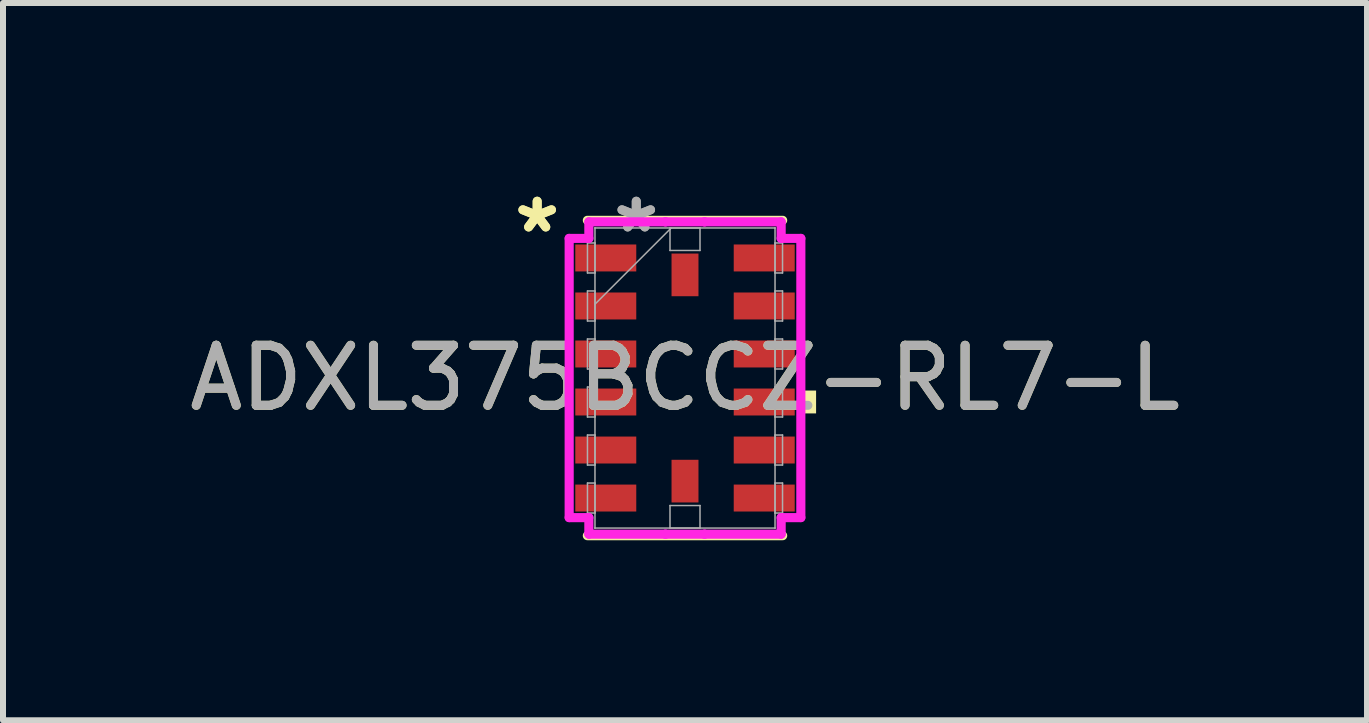
<source format=kicad_pcb>
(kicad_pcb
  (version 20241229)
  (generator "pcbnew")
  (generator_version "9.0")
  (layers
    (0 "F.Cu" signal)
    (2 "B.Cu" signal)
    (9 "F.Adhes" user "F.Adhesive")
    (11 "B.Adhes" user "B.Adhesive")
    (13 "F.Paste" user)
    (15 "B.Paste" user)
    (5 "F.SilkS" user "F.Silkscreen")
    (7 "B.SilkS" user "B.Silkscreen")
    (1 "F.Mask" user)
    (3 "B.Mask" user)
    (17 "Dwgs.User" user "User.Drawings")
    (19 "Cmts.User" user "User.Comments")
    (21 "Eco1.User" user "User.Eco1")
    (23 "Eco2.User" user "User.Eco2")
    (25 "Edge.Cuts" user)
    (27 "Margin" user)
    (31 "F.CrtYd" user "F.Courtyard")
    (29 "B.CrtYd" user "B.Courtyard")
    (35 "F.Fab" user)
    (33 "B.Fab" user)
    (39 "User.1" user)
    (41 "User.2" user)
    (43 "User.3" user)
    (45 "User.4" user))
  (footprint "ADXL375BCCZ-RL7-L"
    (layer "F.Cu")
    (at 8.363 3.248)
    (property "Reference" "ADXL375BCCZ-RL7-L" (at 0 0 0) (unlocked yes) (layer "F.SilkS") (effects (font (size 1 1) (thickness 0.15))))
    (attr smd)
    (fp_line (start -1.627 2.627) (end 1.627 2.627) (stroke (width 0.152) (type solid)) (layer "F.SilkS"))
    (fp_line (start 1.627 -2.627) (end -1.627 -2.627) (stroke (width 0.152) (type solid)) (layer "F.SilkS"))
    (fp_poly (pts (xy 2.184 0.209) (xy 2.184 0.59) (xy 1.93 0.59) (xy 1.93 0.209)) (stroke (width 0) (type solid)) (fill yes) (layer "F.SilkS"))
    (fp_line (start -1.93 -2.326) (end -1.602 -2.326) (stroke (width 0.152) (type solid)) (layer "F.CrtYd"))
    (fp_line (start -1.93 2.326) (end -1.93 -2.326) (stroke (width 0.152) (type solid)) (layer "F.CrtYd"))
    (fp_line (start -1.602 -2.602) (end -0.326 -2.602) (stroke (width 0.152) (type solid)) (layer "F.CrtYd"))
    (fp_line (start -1.602 -2.326) (end -1.602 -2.602) (stroke (width 0.152) (type solid)) (layer "F.CrtYd"))
    (fp_line (start -1.602 2.326) (end -1.93 2.326) (stroke (width 0.152) (type solid)) (layer "F.CrtYd"))
    (fp_line (start -1.602 2.602) (end -1.602 2.326) (stroke (width 0.152) (type solid)) (layer "F.CrtYd"))
    (fp_line (start -0.326 -2.602) (end -0.326 -2.602) (stroke (width 0.152) (type solid)) (layer "F.CrtYd"))
    (fp_line (start -0.326 -2.602) (end 0.326 -2.602) (stroke (width 0.152) (type solid)) (layer "F.CrtYd"))
    (fp_line (start -0.326 2.602) (end -1.602 2.602) (stroke (width 0.152) (type solid)) (layer "F.CrtYd"))
    (fp_line (start -0.326 2.602) (end -0.326 2.602) (stroke (width 0.152) (type solid)) (layer "F.CrtYd"))
    (fp_line (start 0.326 -2.602) (end 0.326 -2.602) (stroke (width 0.152) (type solid)) (layer "F.CrtYd"))
    (fp_line (start 0.326 -2.602) (end 1.602 -2.602) (stroke (width 0.152) (type solid)) (layer "F.CrtYd"))
    (fp_line (start 0.326 2.602) (end -0.326 2.602) (stroke (width 0.152) (type solid)) (layer "F.CrtYd"))
    (fp_line (start 0.326 2.602) (end 0.326 2.602) (stroke (width 0.152) (type solid)) (layer "F.CrtYd"))
    (fp_line (start 1.602 -2.602) (end 1.602 -2.326) (stroke (width 0.152) (type solid)) (layer "F.CrtYd"))
    (fp_line (start 1.602 -2.326) (end 1.93 -2.326) (stroke (width 0.152) (type solid)) (layer "F.CrtYd"))
    (fp_line (start 1.602 2.326) (end 1.602 2.602) (stroke (width 0.152) (type solid)) (layer "F.CrtYd"))
    (fp_line (start 1.602 2.602) (end 0.326 2.602) (stroke (width 0.152) (type solid)) (layer "F.CrtYd"))
    (fp_line (start 1.93 -2.326) (end 1.93 2.326) (stroke (width 0.152) (type solid)) (layer "F.CrtYd"))
    (fp_line (start 1.93 2.326) (end 1.602 2.326) (stroke (width 0.152) (type solid)) (layer "F.CrtYd"))
    (fp_line (start -1.625 -2.25) (end -1.625 -1.75) (stroke (width 0.025) (type solid)) (layer "F.Fab"))
    (fp_line (start -1.625 -1.75) (end -1.5 -1.75) (stroke (width 0.025) (type solid)) (layer "F.Fab"))
    (fp_line (start -1.625 -1.45) (end -1.625 -0.95) (stroke (width 0.025) (type solid)) (layer "F.Fab"))
    (fp_line (start -1.625 -0.95) (end -1.5 -0.95) (stroke (width 0.025) (type solid)) (layer "F.Fab"))
    (fp_line (start -1.625 -0.65) (end -1.625 -0.15) (stroke (width 0.025) (type solid)) (layer "F.Fab"))
    (fp_line (start -1.625 -0.15) (end -1.5 -0.15) (stroke (width 0.025) (type solid)) (layer "F.Fab"))
    (fp_line (start -1.625 0.15) (end -1.625 0.65) (stroke (width 0.025) (type solid)) (layer "F.Fab"))
    (fp_line (start -1.625 0.65) (end -1.5 0.65) (stroke (width 0.025) (type solid)) (layer "F.Fab"))
    (fp_line (start -1.625 0.95) (end -1.625 1.45) (stroke (width 0.025) (type solid)) (layer "F.Fab"))
    (fp_line (start -1.625 1.45) (end -1.5 1.45) (stroke (width 0.025) (type solid)) (layer "F.Fab"))
    (fp_line (start -1.625 1.75) (end -1.625 2.25) (stroke (width 0.025) (type solid)) (layer "F.Fab"))
    (fp_line (start -1.625 2.25) (end -1.5 2.25) (stroke (width 0.025) (type solid)) (layer "F.Fab"))
    (fp_line (start -1.5 -2.5) (end -1.5 -2.5) (stroke (width 0.025) (type solid)) (layer "F.Fab"))
    (fp_line (start -1.5 -2.5) (end -1.5 2.5) (stroke (width 0.025) (type solid)) (layer "F.Fab"))
    (fp_line (start -1.5 -2.25) (end -1.625 -2.25) (stroke (width 0.025) (type solid)) (layer "F.Fab"))
    (fp_line (start -1.5 -1.75) (end -1.5 -2.25) (stroke (width 0.025) (type solid)) (layer "F.Fab"))
    (fp_line (start -1.5 -1.45) (end -1.625 -1.45) (stroke (width 0.025) (type solid)) (layer "F.Fab"))
    (fp_line (start -1.5 -1.23) (end -0.23 -2.5) (stroke (width 0.025) (type solid)) (layer "F.Fab"))
    (fp_line (start -1.5 -0.95) (end -1.5 -1.45) (stroke (width 0.025) (type solid)) (layer "F.Fab"))
    (fp_line (start -1.5 -0.65) (end -1.625 -0.65) (stroke (width 0.025) (type solid)) (layer "F.Fab"))
    (fp_line (start -1.5 -0.15) (end -1.5 -0.65) (stroke (width 0.025) (type solid)) (layer "F.Fab"))
    (fp_line (start -1.5 0.15) (end -1.625 0.15) (stroke (width 0.025) (type solid)) (layer "F.Fab"))
    (fp_line (start -1.5 0.65) (end -1.5 0.15) (stroke (width 0.025) (type solid)) (layer "F.Fab"))
    (fp_line (start -1.5 0.95) (end -1.625 0.95) (stroke (width 0.025) (type solid)) (layer "F.Fab"))
    (fp_line (start -1.5 1.45) (end -1.5 0.95) (stroke (width 0.025) (type solid)) (layer "F.Fab"))
    (fp_line (start -1.5 1.75) (end -1.625 1.75) (stroke (width 0.025) (type solid)) (layer "F.Fab"))
    (fp_line (start -1.5 2.25) (end -1.5 1.75) (stroke (width 0.025) (type solid)) (layer "F.Fab"))
    (fp_line (start -1.5 2.5) (end -1.5 2.5) (stroke (width 0.025) (type solid)) (layer "F.Fab"))
    (fp_line (start -1.5 2.5) (end 1.5 2.5) (stroke (width 0.025) (type solid)) (layer "F.Fab"))
    (fp_line (start -0.25 -2.5) (end 0.25 -2.5) (stroke (width 0.025) (type solid)) (layer "F.Fab"))
    (fp_line (start -0.25 -2.125) (end -0.25 -2.5) (stroke (width 0.025) (type solid)) (layer "F.Fab"))
    (fp_line (start -0.25 2.125) (end 0.25 2.125) (stroke (width 0.025) (type solid)) (layer "F.Fab"))
    (fp_line (start -0.25 2.5) (end -0.25 2.125) (stroke (width 0.025) (type solid)) (layer "F.Fab"))
    (fp_line (start 0.25 -2.5) (end 0.25 -2.125) (stroke (width 0.025) (type solid)) (layer "F.Fab"))
    (fp_line (start 0.25 -2.125) (end -0.25 -2.125) (stroke (width 0.025) (type solid)) (layer "F.Fab"))
    (fp_line (start 0.25 2.125) (end 0.25 2.5) (stroke (width 0.025) (type solid)) (layer "F.Fab"))
    (fp_line (start 0.25 2.5) (end -0.25 2.5) (stroke (width 0.025) (type solid)) (layer "F.Fab"))
    (fp_line (start 1.5 -2.5) (end -1.5 -2.5) (stroke (width 0.025) (type solid)) (layer "F.Fab"))
    (fp_line (start 1.5 -2.5) (end 1.5 -2.5) (stroke (width 0.025) (type solid)) (layer "F.Fab"))
    (fp_line (start 1.5 -2.25) (end 1.5 -1.75) (stroke (width 0.025) (type solid)) (layer "F.Fab"))
    (fp_line (start 1.5 -1.75) (end 1.625 -1.75) (stroke (width 0.025) (type solid)) (layer "F.Fab"))
    (fp_line (start 1.5 -1.45) (end 1.5 -0.95) (stroke (width 0.025) (type solid)) (layer "F.Fab"))
    (fp_line (start 1.5 -0.95) (end 1.625 -0.95) (stroke (width 0.025) (type solid)) (layer "F.Fab"))
    (fp_line (start 1.5 -0.65) (end 1.5 -0.15) (stroke (width 0.025) (type solid)) (layer "F.Fab"))
    (fp_line (start 1.5 -0.15) (end 1.625 -0.15) (stroke (width 0.025) (type solid)) (layer "F.Fab"))
    (fp_line (start 1.5 0.15) (end 1.5 0.65) (stroke (width 0.025) (type solid)) (layer "F.Fab"))
    (fp_line (start 1.5 0.65) (end 1.625 0.65) (stroke (width 0.025) (type solid)) (layer "F.Fab"))
    (fp_line (start 1.5 0.95) (end 1.5 1.45) (stroke (width 0.025) (type solid)) (layer "F.Fab"))
    (fp_line (start 1.5 1.45) (end 1.625 1.45) (stroke (width 0.025) (type solid)) (layer "F.Fab"))
    (fp_line (start 1.5 1.75) (end 1.5 2.25) (stroke (width 0.025) (type solid)) (layer "F.Fab"))
    (fp_line (start 1.5 2.25) (end 1.625 2.25) (stroke (width 0.025) (type solid)) (layer "F.Fab"))
    (fp_line (start 1.5 2.5) (end 1.5 -2.5) (stroke (width 0.025) (type solid)) (layer "F.Fab"))
    (fp_line (start 1.5 2.5) (end 1.5 2.5) (stroke (width 0.025) (type solid)) (layer "F.Fab"))
    (fp_line (start 1.625 -2.25) (end 1.5 -2.25) (stroke (width 0.025) (type solid)) (layer "F.Fab"))
    (fp_line (start 1.625 -1.75) (end 1.625 -2.25) (stroke (width 0.025) (type solid)) (layer "F.Fab"))
    (fp_line (start 1.625 -1.45) (end 1.5 -1.45) (stroke (width 0.025) (type solid)) (layer "F.Fab"))
    (fp_line (start 1.625 -0.95) (end 1.625 -1.45) (stroke (width 0.025) (type solid)) (layer "F.Fab"))
    (fp_line (start 1.625 -0.65) (end 1.5 -0.65) (stroke (width 0.025) (type solid)) (layer "F.Fab"))
    (fp_line (start 1.625 -0.15) (end 1.625 -0.65) (stroke (width 0.025) (type solid)) (layer "F.Fab"))
    (fp_line (start 1.625 0.15) (end 1.5 0.15) (stroke (width 0.025) (type solid)) (layer "F.Fab"))
    (fp_line (start 1.625 0.65) (end 1.625 0.15) (stroke (width 0.025) (type solid)) (layer "F.Fab"))
    (fp_line (start 1.625 0.95) (end 1.5 0.95) (stroke (width 0.025) (type solid)) (layer "F.Fab"))
    (fp_line (start 1.625 1.45) (end 1.625 0.95) (stroke (width 0.025) (type solid)) (layer "F.Fab"))
    (fp_line (start 1.625 1.75) (end 1.5 1.75) (stroke (width 0.025) (type solid)) (layer "F.Fab"))
    (fp_line (start 1.625 2.25) (end 1.625 1.75) (stroke (width 0.025) (type solid)) (layer "F.Fab"))
    (fp_text user "*" (at -2.463 -2.4 0) (unlocked yes) (layer "F.SilkS") (effects (font (size 1 1) (thickness 0.15))))
    (fp_text user "*" (at -2.463 -2.4 0) (layer "F.SilkS") (effects (font (size 1 1) (thickness 0.15))))
    (fp_text user "*" (at -0.812 -2.4 0) (unlocked yes) (layer "F.Fab") (effects (font (size 1 1) (thickness 0.15))))
    (fp_text user "${REFERENCE}" (at 0 0 0) (unlocked yes) (layer "F.Fab") (effects (font (size 1 1) (thickness 0.15))))
    (fp_text user "*" (at -0.812 -2.4 0) (layer "F.Fab") (effects (font (size 1 1) (thickness 0.15))))
    (pad "1" smd rect (at -1.32 -2 90) (size 0.449 1.016) (layers "F.Cu" "F.Mask" "F.Paste"))
    (pad "2" smd rect (at -1.32 -1.2 90) (size 0.449 1.016) (layers "F.Cu" "F.Mask" "F.Paste"))
    (pad "3" smd rect (at -1.32 -0.4 90) (size 0.449 1.016) (layers "F.Cu" "F.Mask" "F.Paste"))
    (pad "4" smd rect (at -1.32 0.4 90) (size 0.449 1.016) (layers "F.Cu" "F.Mask" "F.Paste"))
    (pad "5" smd rect (at -1.32 1.2 90) (size 0.449 1.016) (layers "F.Cu" "F.Mask" "F.Paste"))
    (pad "6" smd rect (at -1.32 2 90) (size 0.449 1.016) (layers "F.Cu" "F.Mask" "F.Paste"))
    (pad "7" smd rect (at 0 1.718) (size 0.449 0.711) (layers "F.Cu" "F.Mask" "F.Paste"))
    (pad "8" smd rect (at 1.32 2 90) (size 0.449 1.016) (layers "F.Cu" "F.Mask" "F.Paste"))
    (pad "9" smd rect (at 1.32 1.2 90) (size 0.449 1.016) (layers "F.Cu" "F.Mask" "F.Paste"))
    (pad "10" smd rect (at 1.32 0.4 90) (size 0.449 1.016) (layers "F.Cu" "F.Mask" "F.Paste"))
    (pad "11" smd rect (at 1.32 -0.4 90) (size 0.449 1.016) (layers "F.Cu" "F.Mask" "F.Paste"))
    (pad "12" smd rect (at 1.32 -1.2 90) (size 0.449 1.016) (layers "F.Cu" "F.Mask" "F.Paste"))
    (pad "13" smd rect (at 1.32 -2 90) (size 0.449 1.016) (layers "F.Cu" "F.Mask" "F.Paste"))
    (pad "14" smd rect (at 0 -1.718) (size 0.449 0.711) (layers "F.Cu" "F.Mask" "F.Paste")))
  (gr_rect
    (start -3 -3)
    (end 19.726 8.951)
    (stroke (width 0.1) (type default))
    (fill no)
    (layer "Edge.Cuts")))
</source>
